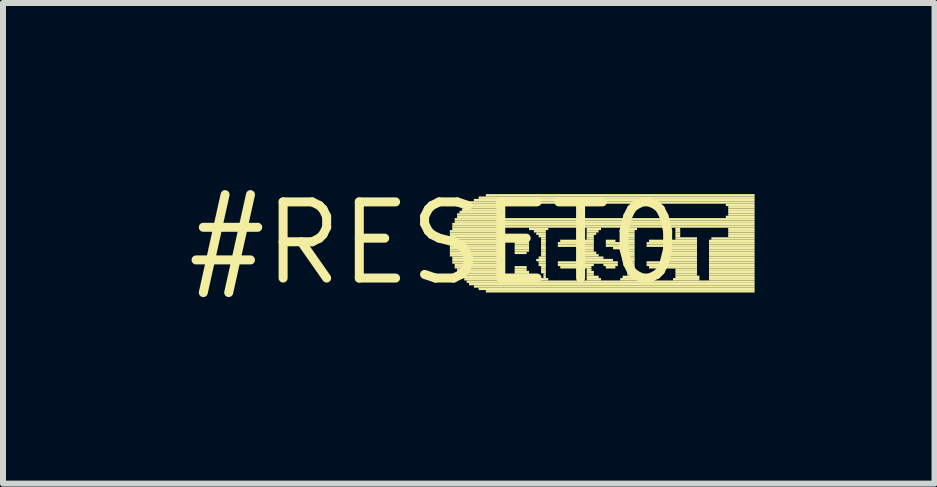
<source format=kicad_pcb>
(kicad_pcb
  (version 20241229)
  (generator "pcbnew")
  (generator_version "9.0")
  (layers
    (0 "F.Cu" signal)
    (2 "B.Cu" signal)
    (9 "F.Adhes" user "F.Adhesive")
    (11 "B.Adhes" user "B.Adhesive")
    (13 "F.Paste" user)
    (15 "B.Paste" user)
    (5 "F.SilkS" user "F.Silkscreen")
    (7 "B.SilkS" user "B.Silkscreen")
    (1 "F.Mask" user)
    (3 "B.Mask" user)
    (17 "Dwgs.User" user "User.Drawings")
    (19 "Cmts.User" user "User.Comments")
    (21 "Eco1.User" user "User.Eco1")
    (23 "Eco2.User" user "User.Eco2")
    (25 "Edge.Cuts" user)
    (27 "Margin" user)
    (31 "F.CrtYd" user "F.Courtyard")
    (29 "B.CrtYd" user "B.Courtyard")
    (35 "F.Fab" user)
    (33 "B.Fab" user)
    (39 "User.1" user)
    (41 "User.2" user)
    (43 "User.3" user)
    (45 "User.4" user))
  (footprint "#RESET0"
    (layer "F.Cu")
    (at 4.21 1.006)
    (property "Reference" "#RESET0" (at 0 0 0) (layer "F.SilkS") (effects (font (size 1.27 1.27) (thickness 0.15))))
    (fp_poly (pts (xy 0.24 -0.18) (xy 1.12 -0.18) (xy 1.12 -0.22) (xy 0.24 -0.22)) (stroke (width 0) (type default)) (fill yes) (layer "F.SilkS"))
    (fp_poly (pts (xy 0.24 -0.14) (xy 1.12 -0.14) (xy 1.12 -0.18) (xy 0.24 -0.18)) (stroke (width 0) (type default)) (fill yes) (layer "F.SilkS"))
    (fp_poly (pts (xy 0.24 -0.1) (xy 1.12 -0.1) (xy 1.12 -0.14) (xy 0.24 -0.14)) (stroke (width 0) (type default)) (fill yes) (layer "F.SilkS"))
    (fp_poly (pts (xy 0.24 -0.06) (xy 1.12 -0.06) (xy 1.12 -0.1) (xy 0.24 -0.1)) (stroke (width 0) (type default)) (fill yes) (layer "F.SilkS"))
    (fp_poly (pts (xy 0.24 -0.02) (xy 1.12 -0.02) (xy 1.12 -0.06) (xy 0.24 -0.06)) (stroke (width 0) (type default)) (fill yes) (layer "F.SilkS"))
    (fp_poly (pts (xy 0.24 0.02) (xy 1.12 0.02) (xy 1.12 -0.02) (xy 0.24 -0.02)) (stroke (width 0) (type default)) (fill yes) (layer "F.SilkS"))
    (fp_poly (pts (xy 0.24 0.06) (xy 1.12 0.06) (xy 1.12 0.02) (xy 0.24 0.02)) (stroke (width 0) (type default)) (fill yes) (layer "F.SilkS"))
    (fp_poly (pts (xy 0.24 0.1) (xy 1.12 0.1) (xy 1.12 0.06) (xy 0.24 0.06)) (stroke (width 0) (type default)) (fill yes) (layer "F.SilkS"))
    (fp_poly (pts (xy 0.24 0.14) (xy 1.12 0.14) (xy 1.12 0.1) (xy 0.24 0.1)) (stroke (width 0) (type default)) (fill yes) (layer "F.SilkS"))
    (fp_poly (pts (xy 0.24 0.18) (xy 1.12 0.18) (xy 1.12 0.14) (xy 0.24 0.14)) (stroke (width 0) (type default)) (fill yes) (layer "F.SilkS"))
    (fp_poly (pts (xy 0.24 0.22) (xy 1.12 0.22) (xy 1.12 0.18) (xy 0.24 0.18)) (stroke (width 0) (type default)) (fill yes) (layer "F.SilkS"))
    (fp_poly (pts (xy 0.28 -0.3) (xy 5.32 -0.3) (xy 5.32 -0.34) (xy 0.28 -0.34)) (stroke (width 0) (type default)) (fill yes) (layer "F.SilkS"))
    (fp_poly (pts (xy 0.28 -0.26) (xy 5.32 -0.26) (xy 5.32 -0.3) (xy 0.28 -0.3)) (stroke (width 0) (type default)) (fill yes) (layer "F.SilkS"))
    (fp_poly (pts (xy 0.28 -0.22) (xy 1.12 -0.22) (xy 1.12 -0.26) (xy 0.28 -0.26)) (stroke (width 0) (type default)) (fill yes) (layer "F.SilkS"))
    (fp_poly (pts (xy 0.28 0.26) (xy 1.12 0.26) (xy 1.12 0.22) (xy 0.28 0.22)) (stroke (width 0) (type default)) (fill yes) (layer "F.SilkS"))
    (fp_poly (pts (xy 0.28 0.3) (xy 1.12 0.3) (xy 1.12 0.26) (xy 0.28 0.26)) (stroke (width 0) (type default)) (fill yes) (layer "F.SilkS"))
    (fp_poly (pts (xy 0.28 0.34) (xy 1.12 0.34) (xy 1.12 0.3) (xy 0.28 0.3)) (stroke (width 0) (type default)) (fill yes) (layer "F.SilkS"))
    (fp_poly (pts (xy 0.32 -0.38) (xy 5.32 -0.38) (xy 5.32 -0.42) (xy 0.32 -0.42)) (stroke (width 0) (type default)) (fill yes) (layer "F.SilkS"))
    (fp_poly (pts (xy 0.32 -0.34) (xy 5.32 -0.34) (xy 5.32 -0.38) (xy 0.32 -0.38)) (stroke (width 0) (type default)) (fill yes) (layer "F.SilkS"))
    (fp_poly (pts (xy 0.32 0.38) (xy 1.12 0.38) (xy 1.12 0.34) (xy 0.32 0.34)) (stroke (width 0) (type default)) (fill yes) (layer "F.SilkS"))
    (fp_poly (pts (xy 0.32 0.42) (xy 1.12 0.42) (xy 1.12 0.38) (xy 0.32 0.38)) (stroke (width 0) (type default)) (fill yes) (layer "F.SilkS"))
    (fp_poly (pts (xy 0.36 -0.46) (xy 1.04 -0.46) (xy 1.04 -0.5) (xy 0.36 -0.5)) (stroke (width 0) (type default)) (fill yes) (layer "F.SilkS"))
    (fp_poly (pts (xy 0.36 -0.42) (xy 1.08 -0.42) (xy 1.08 -0.46) (xy 0.36 -0.46)) (stroke (width 0) (type default)) (fill yes) (layer "F.SilkS"))
    (fp_poly (pts (xy 0.36 0.46) (xy 1.12 0.46) (xy 1.12 0.42) (xy 0.36 0.42)) (stroke (width 0) (type default)) (fill yes) (layer "F.SilkS"))
    (fp_poly (pts (xy 0.36 0.5) (xy 1.12 0.5) (xy 1.12 0.46) (xy 0.36 0.46)) (stroke (width 0) (type default)) (fill yes) (layer "F.SilkS"))
    (fp_poly (pts (xy 0.4 -0.5) (xy 1.04 -0.5) (xy 1.04 -0.54) (xy 0.4 -0.54)) (stroke (width 0) (type default)) (fill yes) (layer "F.SilkS"))
    (fp_poly (pts (xy 0.4 0.54) (xy 1.12 0.54) (xy 1.12 0.5) (xy 0.4 0.5)) (stroke (width 0) (type default)) (fill yes) (layer "F.SilkS"))
    (fp_poly (pts (xy 0.44 -0.54) (xy 1.04 -0.54) (xy 1.04 -0.58) (xy 0.44 -0.58)) (stroke (width 0) (type default)) (fill yes) (layer "F.SilkS"))
    (fp_poly (pts (xy 0.44 0.58) (xy 1.12 0.58) (xy 1.12 0.54) (xy 0.44 0.54)) (stroke (width 0) (type default)) (fill yes) (layer "F.SilkS"))
    (fp_poly (pts (xy 0.48 -0.58) (xy 1.04 -0.58) (xy 1.04 -0.62) (xy 0.48 -0.62)) (stroke (width 0) (type default)) (fill yes) (layer "F.SilkS"))
    (fp_poly (pts (xy 0.48 0.62) (xy 1.12 0.62) (xy 1.12 0.58) (xy 0.48 0.58)) (stroke (width 0) (type default)) (fill yes) (layer "F.SilkS"))
    (fp_poly (pts (xy 0.52 -0.62) (xy 1.08 -0.62) (xy 1.08 -0.66) (xy 0.52 -0.66)) (stroke (width 0) (type default)) (fill yes) (layer "F.SilkS"))
    (fp_poly (pts (xy 0.52 0.66) (xy 5.32 0.66) (xy 5.32 0.62) (xy 0.52 0.62)) (stroke (width 0) (type default)) (fill yes) (layer "F.SilkS"))
    (fp_poly (pts (xy 0.56 -0.66) (xy 5.32 -0.66) (xy 5.32 -0.7) (xy 0.56 -0.7)) (stroke (width 0) (type default)) (fill yes) (layer "F.SilkS"))
    (fp_poly (pts (xy 0.56 0.7) (xy 5.32 0.7) (xy 5.32 0.66) (xy 0.56 0.66)) (stroke (width 0) (type default)) (fill yes) (layer "F.SilkS"))
    (fp_poly (pts (xy 0.64 -0.7) (xy 5.32 -0.7) (xy 5.32 -0.74) (xy 0.64 -0.74)) (stroke (width 0) (type default)) (fill yes) (layer "F.SilkS"))
    (fp_poly (pts (xy 0.64 0.74) (xy 5.32 0.74) (xy 5.32 0.7) (xy 0.64 0.7)) (stroke (width 0) (type default)) (fill yes) (layer "F.SilkS"))
    (fp_poly (pts (xy 0.72 -0.74) (xy 5.32 -0.74) (xy 5.32 -0.78) (xy 0.72 -0.78)) (stroke (width 0) (type default)) (fill yes) (layer "F.SilkS"))
    (fp_poly (pts (xy 0.72 0.78) (xy 5.32 0.78) (xy 5.32 0.74) (xy 0.72 0.74)) (stroke (width 0) (type default)) (fill yes) (layer "F.SilkS"))
    (fp_poly (pts (xy 0.84 -0.78) (xy 5.32 -0.78) (xy 5.32 -0.82) (xy 0.84 -0.82)) (stroke (width 0) (type default)) (fill yes) (layer "F.SilkS"))
    (fp_poly (pts (xy 0.84 0.82) (xy 5.32 0.82) (xy 5.32 0.78) (xy 0.84 0.78)) (stroke (width 0) (type default)) (fill yes) (layer "F.SilkS"))
    (fp_poly (pts (xy 1.28 0.62) (xy 1.6 0.62) (xy 1.6 0.58) (xy 1.28 0.58)) (stroke (width 0) (type default)) (fill yes) (layer "F.SilkS"))
    (fp_poly (pts (xy 1.32 -0.02) (xy 1.52 -0.02) (xy 1.52 -0.06) (xy 1.32 -0.06)) (stroke (width 0) (type default)) (fill yes) (layer "F.SilkS"))
    (fp_poly (pts (xy 1.32 0.02) (xy 1.56 0.02) (xy 1.56 -0.02) (xy 1.32 -0.02)) (stroke (width 0) (type default)) (fill yes) (layer "F.SilkS"))
    (fp_poly (pts (xy 1.32 0.06) (xy 1.56 0.06) (xy 1.56 0.02) (xy 1.32 0.02)) (stroke (width 0) (type default)) (fill yes) (layer "F.SilkS"))
    (fp_poly (pts (xy 1.32 0.1) (xy 1.56 0.1) (xy 1.56 0.06) (xy 1.32 0.06)) (stroke (width 0) (type default)) (fill yes) (layer "F.SilkS"))
    (fp_poly (pts (xy 1.32 0.14) (xy 1.56 0.14) (xy 1.56 0.1) (xy 1.32 0.1)) (stroke (width 0) (type default)) (fill yes) (layer "F.SilkS"))
    (fp_poly (pts (xy 1.32 0.18) (xy 1.52 0.18) (xy 1.52 0.14) (xy 1.32 0.14)) (stroke (width 0) (type default)) (fill yes) (layer "F.SilkS"))
    (fp_poly (pts (xy 1.32 0.42) (xy 1.52 0.42) (xy 1.52 0.38) (xy 1.32 0.38)) (stroke (width 0) (type default)) (fill yes) (layer "F.SilkS"))
    (fp_poly (pts (xy 1.32 0.46) (xy 1.52 0.46) (xy 1.52 0.42) (xy 1.32 0.42)) (stroke (width 0) (type default)) (fill yes) (layer "F.SilkS"))
    (fp_poly (pts (xy 1.32 0.5) (xy 1.56 0.5) (xy 1.56 0.46) (xy 1.32 0.46)) (stroke (width 0) (type default)) (fill yes) (layer "F.SilkS"))
    (fp_poly (pts (xy 1.32 0.54) (xy 1.56 0.54) (xy 1.56 0.5) (xy 1.32 0.5)) (stroke (width 0) (type default)) (fill yes) (layer "F.SilkS"))
    (fp_poly (pts (xy 1.32 0.58) (xy 1.6 0.58) (xy 1.6 0.54) (xy 1.32 0.54)) (stroke (width 0) (type default)) (fill yes) (layer "F.SilkS"))
    (fp_poly (pts (xy 1.56 -0.22) (xy 1.88 -0.22) (xy 1.88 -0.26) (xy 1.56 -0.26)) (stroke (width 0) (type default)) (fill yes) (layer "F.SilkS"))
    (fp_poly (pts (xy 1.64 -0.18) (xy 1.84 -0.18) (xy 1.84 -0.22) (xy 1.64 -0.22)) (stroke (width 0) (type default)) (fill yes) (layer "F.SilkS"))
    (fp_poly (pts (xy 1.68 -0.14) (xy 1.84 -0.14) (xy 1.84 -0.18) (xy 1.68 -0.18)) (stroke (width 0) (type default)) (fill yes) (layer "F.SilkS"))
    (fp_poly (pts (xy 1.68 0.3) (xy 1.84 0.3) (xy 1.84 0.26) (xy 1.68 0.26)) (stroke (width 0) (type default)) (fill yes) (layer "F.SilkS"))
    (fp_poly (pts (xy 1.72 -0.1) (xy 1.84 -0.1) (xy 1.84 -0.14) (xy 1.72 -0.14)) (stroke (width 0) (type default)) (fill yes) (layer "F.SilkS"))
    (fp_poly (pts (xy 1.72 0.26) (xy 1.84 0.26) (xy 1.84 0.22) (xy 1.72 0.22)) (stroke (width 0) (type default)) (fill yes) (layer "F.SilkS"))
    (fp_poly (pts (xy 1.72 0.34) (xy 1.84 0.34) (xy 1.84 0.3) (xy 1.72 0.3)) (stroke (width 0) (type default)) (fill yes) (layer "F.SilkS"))
    (fp_poly (pts (xy 1.72 0.38) (xy 1.84 0.38) (xy 1.84 0.34) (xy 1.72 0.34)) (stroke (width 0) (type default)) (fill yes) (layer "F.SilkS"))
    (fp_poly (pts (xy 1.72 0.62) (xy 1.88 0.62) (xy 1.88 0.58) (xy 1.72 0.58)) (stroke (width 0) (type default)) (fill yes) (layer "F.SilkS"))
    (fp_poly (pts (xy 1.76 -0.06) (xy 1.84 -0.06) (xy 1.84 -0.1) (xy 1.76 -0.1)) (stroke (width 0) (type default)) (fill yes) (layer "F.SilkS"))
    (fp_poly (pts (xy 1.76 -0.02) (xy 1.84 -0.02) (xy 1.84 -0.06) (xy 1.76 -0.06)) (stroke (width 0) (type default)) (fill yes) (layer "F.SilkS"))
    (fp_poly (pts (xy 1.76 0.02) (xy 1.84 0.02) (xy 1.84 -0.02) (xy 1.76 -0.02)) (stroke (width 0) (type default)) (fill yes) (layer "F.SilkS"))
    (fp_poly (pts (xy 1.76 0.06) (xy 1.84 0.06) (xy 1.84 0.02) (xy 1.76 0.02)) (stroke (width 0) (type default)) (fill yes) (layer "F.SilkS"))
    (fp_poly (pts (xy 1.76 0.1) (xy 1.84 0.1) (xy 1.84 0.06) (xy 1.76 0.06)) (stroke (width 0) (type default)) (fill yes) (layer "F.SilkS"))
    (fp_poly (pts (xy 1.76 0.14) (xy 1.84 0.14) (xy 1.84 0.1) (xy 1.76 0.1)) (stroke (width 0) (type default)) (fill yes) (layer "F.SilkS"))
    (fp_poly (pts (xy 1.76 0.18) (xy 1.84 0.18) (xy 1.84 0.14) (xy 1.76 0.14)) (stroke (width 0) (type default)) (fill yes) (layer "F.SilkS"))
    (fp_poly (pts (xy 1.76 0.22) (xy 1.84 0.22) (xy 1.84 0.18) (xy 1.76 0.18)) (stroke (width 0) (type default)) (fill yes) (layer "F.SilkS"))
    (fp_poly (pts (xy 1.76 0.42) (xy 1.84 0.42) (xy 1.84 0.38) (xy 1.76 0.38)) (stroke (width 0) (type default)) (fill yes) (layer "F.SilkS"))
    (fp_poly (pts (xy 1.76 0.46) (xy 1.84 0.46) (xy 1.84 0.42) (xy 1.76 0.42)) (stroke (width 0) (type default)) (fill yes) (layer "F.SilkS"))
    (fp_poly (pts (xy 1.76 0.5) (xy 1.84 0.5) (xy 1.84 0.46) (xy 1.76 0.46)) (stroke (width 0) (type default)) (fill yes) (layer "F.SilkS"))
    (fp_poly (pts (xy 1.8 0.54) (xy 1.84 0.54) (xy 1.84 0.5) (xy 1.8 0.5)) (stroke (width 0) (type default)) (fill yes) (layer "F.SilkS"))
    (fp_poly (pts (xy 1.8 0.58) (xy 1.84 0.58) (xy 1.84 0.54) (xy 1.8 0.54)) (stroke (width 0) (type default)) (fill yes) (layer "F.SilkS"))
    (fp_poly (pts (xy 2.04 0.02) (xy 2.64 0.02) (xy 2.64 -0.02) (xy 2.04 -0.02)) (stroke (width 0) (type default)) (fill yes) (layer "F.SilkS"))
    (fp_poly (pts (xy 2.04 0.06) (xy 2.64 0.06) (xy 2.64 0.02) (xy 2.04 0.02)) (stroke (width 0) (type default)) (fill yes) (layer "F.SilkS"))
    (fp_poly (pts (xy 2.04 0.34) (xy 3.04 0.34) (xy 3.04 0.3) (xy 2.04 0.3)) (stroke (width 0) (type default)) (fill yes) (layer "F.SilkS"))
    (fp_poly (pts (xy 2.04 0.38) (xy 2.64 0.38) (xy 2.64 0.34) (xy 2.04 0.34)) (stroke (width 0) (type default)) (fill yes) (layer "F.SilkS"))
    (fp_poly (pts (xy 2.08 -0.02) (xy 2.64 -0.02) (xy 2.64 -0.06) (xy 2.08 -0.06)) (stroke (width 0) (type default)) (fill yes) (layer "F.SilkS"))
    (fp_poly (pts (xy 2.08 0.42) (xy 2.6 0.42) (xy 2.6 0.38) (xy 2.08 0.38)) (stroke (width 0) (type default)) (fill yes) (layer "F.SilkS"))
    (fp_poly (pts (xy 2.36 0.1) (xy 2.64 0.1) (xy 2.64 0.06) (xy 2.36 0.06)) (stroke (width 0) (type default)) (fill yes) (layer "F.SilkS"))
    (fp_poly (pts (xy 2.36 0.3) (xy 2.96 0.3) (xy 2.96 0.26) (xy 2.36 0.26)) (stroke (width 0) (type default)) (fill yes) (layer "F.SilkS"))
    (fp_poly (pts (xy 2.4 0.14) (xy 2.64 0.14) (xy 2.64 0.1) (xy 2.4 0.1)) (stroke (width 0) (type default)) (fill yes) (layer "F.SilkS"))
    (fp_poly (pts (xy 2.4 0.18) (xy 2.68 0.18) (xy 2.68 0.14) (xy 2.4 0.14)) (stroke (width 0) (type default)) (fill yes) (layer "F.SilkS"))
    (fp_poly (pts (xy 2.4 0.22) (xy 2.72 0.22) (xy 2.72 0.18) (xy 2.4 0.18)) (stroke (width 0) (type default)) (fill yes) (layer "F.SilkS"))
    (fp_poly (pts (xy 2.4 0.26) (xy 2.8 0.26) (xy 2.8 0.22) (xy 2.4 0.22)) (stroke (width 0) (type default)) (fill yes) (layer "F.SilkS"))
    (fp_poly (pts (xy 2.52 -0.22) (xy 2.76 -0.22) (xy 2.76 -0.26) (xy 2.52 -0.26)) (stroke (width 0) (type default)) (fill yes) (layer "F.SilkS"))
    (fp_poly (pts (xy 2.52 -0.18) (xy 2.72 -0.18) (xy 2.72 -0.22) (xy 2.52 -0.22)) (stroke (width 0) (type default)) (fill yes) (layer "F.SilkS"))
    (fp_poly (pts (xy 2.52 -0.14) (xy 2.68 -0.14) (xy 2.68 -0.18) (xy 2.52 -0.18)) (stroke (width 0) (type default)) (fill yes) (layer "F.SilkS"))
    (fp_poly (pts (xy 2.52 -0.1) (xy 2.64 -0.1) (xy 2.64 -0.14) (xy 2.52 -0.14)) (stroke (width 0) (type default)) (fill yes) (layer "F.SilkS"))
    (fp_poly (pts (xy 2.52 -0.06) (xy 2.64 -0.06) (xy 2.64 -0.1) (xy 2.52 -0.1)) (stroke (width 0) (type default)) (fill yes) (layer "F.SilkS"))
    (fp_poly (pts (xy 2.52 0.46) (xy 2.6 0.46) (xy 2.6 0.42) (xy 2.52 0.42)) (stroke (width 0) (type default)) (fill yes) (layer "F.SilkS"))
    (fp_poly (pts (xy 2.52 0.5) (xy 2.64 0.5) (xy 2.64 0.46) (xy 2.52 0.46)) (stroke (width 0) (type default)) (fill yes) (layer "F.SilkS"))
    (fp_poly (pts (xy 2.52 0.54) (xy 2.64 0.54) (xy 2.64 0.5) (xy 2.52 0.5)) (stroke (width 0) (type default)) (fill yes) (layer "F.SilkS"))
    (fp_poly (pts (xy 2.52 0.58) (xy 2.72 0.58) (xy 2.72 0.54) (xy 2.52 0.54)) (stroke (width 0) (type default)) (fill yes) (layer "F.SilkS"))
    (fp_poly (pts (xy 2.52 0.62) (xy 2.76 0.62) (xy 2.76 0.58) (xy 2.52 0.58)) (stroke (width 0) (type default)) (fill yes) (layer "F.SilkS"))
    (fp_poly (pts (xy 2.8 0.38) (xy 3.04 0.38) (xy 3.04 0.34) (xy 2.8 0.34)) (stroke (width 0) (type default)) (fill yes) (layer "F.SilkS"))
    (fp_poly (pts (xy 2.84 -0.02) (xy 3 -0.02) (xy 3 -0.06) (xy 2.84 -0.06)) (stroke (width 0) (type default)) (fill yes) (layer "F.SilkS"))
    (fp_poly (pts (xy 2.84 0.02) (xy 3.32 0.02) (xy 3.32 -0.02) (xy 2.84 -0.02)) (stroke (width 0) (type default)) (fill yes) (layer "F.SilkS"))
    (fp_poly (pts (xy 2.84 0.06) (xy 3.32 0.06) (xy 3.32 0.02) (xy 2.84 0.02)) (stroke (width 0) (type default)) (fill yes) (layer "F.SilkS"))
    (fp_poly (pts (xy 2.84 0.42) (xy 3 0.42) (xy 3 0.38) (xy 2.84 0.38)) (stroke (width 0) (type default)) (fill yes) (layer "F.SilkS"))
    (fp_poly (pts (xy 2.96 0.1) (xy 3.32 0.1) (xy 3.32 0.06) (xy 2.96 0.06)) (stroke (width 0) (type default)) (fill yes) (layer "F.SilkS"))
    (fp_poly (pts (xy 3.08 -0.22) (xy 3.36 -0.22) (xy 3.36 -0.26) (xy 3.08 -0.26)) (stroke (width 0) (type default)) (fill yes) (layer "F.SilkS"))
    (fp_poly (pts (xy 3.08 0.62) (xy 3.36 0.62) (xy 3.36 0.58) (xy 3.08 0.58)) (stroke (width 0) (type default)) (fill yes) (layer "F.SilkS"))
    (fp_poly (pts (xy 3.12 -0.02) (xy 3.32 -0.02) (xy 3.32 -0.06) (xy 3.12 -0.06)) (stroke (width 0) (type default)) (fill yes) (layer "F.SilkS"))
    (fp_poly (pts (xy 3.12 0.14) (xy 3.32 0.14) (xy 3.32 0.1) (xy 3.12 0.1)) (stroke (width 0) (type default)) (fill yes) (layer "F.SilkS"))
    (fp_poly (pts (xy 3.12 0.58) (xy 3.32 0.58) (xy 3.32 0.54) (xy 3.12 0.54)) (stroke (width 0) (type default)) (fill yes) (layer "F.SilkS"))
    (fp_poly (pts (xy 3.16 -0.18) (xy 3.32 -0.18) (xy 3.32 -0.22) (xy 3.16 -0.22)) (stroke (width 0) (type default)) (fill yes) (layer "F.SilkS"))
    (fp_poly (pts (xy 3.16 -0.06) (xy 3.32 -0.06) (xy 3.32 -0.1) (xy 3.16 -0.1)) (stroke (width 0) (type default)) (fill yes) (layer "F.SilkS"))
    (fp_poly (pts (xy 3.16 0.18) (xy 3.32 0.18) (xy 3.32 0.14) (xy 3.16 0.14)) (stroke (width 0) (type default)) (fill yes) (layer "F.SilkS"))
    (fp_poly (pts (xy 3.2 -0.14) (xy 3.32 -0.14) (xy 3.32 -0.18) (xy 3.2 -0.18)) (stroke (width 0) (type default)) (fill yes) (layer "F.SilkS"))
    (fp_poly (pts (xy 3.2 -0.1) (xy 3.32 -0.1) (xy 3.32 -0.14) (xy 3.2 -0.14)) (stroke (width 0) (type default)) (fill yes) (layer "F.SilkS"))
    (fp_poly (pts (xy 3.2 0.22) (xy 3.32 0.22) (xy 3.32 0.18) (xy 3.2 0.18)) (stroke (width 0) (type default)) (fill yes) (layer "F.SilkS"))
    (fp_poly (pts (xy 3.2 0.5) (xy 3.32 0.5) (xy 3.32 0.46) (xy 3.2 0.46)) (stroke (width 0) (type default)) (fill yes) (layer "F.SilkS"))
    (fp_poly (pts (xy 3.2 0.54) (xy 3.32 0.54) (xy 3.32 0.5) (xy 3.2 0.5)) (stroke (width 0) (type default)) (fill yes) (layer "F.SilkS"))
    (fp_poly (pts (xy 3.24 0.26) (xy 3.32 0.26) (xy 3.32 0.22) (xy 3.24 0.22)) (stroke (width 0) (type default)) (fill yes) (layer "F.SilkS"))
    (fp_poly (pts (xy 3.24 0.3) (xy 3.32 0.3) (xy 3.32 0.26) (xy 3.24 0.26)) (stroke (width 0) (type default)) (fill yes) (layer "F.SilkS"))
    (fp_poly (pts (xy 3.24 0.34) (xy 3.32 0.34) (xy 3.32 0.3) (xy 3.24 0.3)) (stroke (width 0) (type default)) (fill yes) (layer "F.SilkS"))
    (fp_poly (pts (xy 3.24 0.38) (xy 3.32 0.38) (xy 3.32 0.34) (xy 3.24 0.34)) (stroke (width 0) (type default)) (fill yes) (layer "F.SilkS"))
    (fp_poly (pts (xy 3.24 0.42) (xy 3.32 0.42) (xy 3.32 0.38) (xy 3.24 0.38)) (stroke (width 0) (type default)) (fill yes) (layer "F.SilkS"))
    (fp_poly (pts (xy 3.24 0.46) (xy 3.32 0.46) (xy 3.32 0.42) (xy 3.24 0.42)) (stroke (width 0) (type default)) (fill yes) (layer "F.SilkS"))
    (fp_poly (pts (xy 3.52 0.02) (xy 4.36 0.02) (xy 4.36 -0.02) (xy 3.52 -0.02)) (stroke (width 0) (type default)) (fill yes) (layer "F.SilkS"))
    (fp_poly (pts (xy 3.52 0.06) (xy 4.36 0.06) (xy 4.36 0.02) (xy 3.52 0.02)) (stroke (width 0) (type default)) (fill yes) (layer "F.SilkS"))
    (fp_poly (pts (xy 3.52 0.34) (xy 4.36 0.34) (xy 4.36 0.3) (xy 3.52 0.3)) (stroke (width 0) (type default)) (fill yes) (layer "F.SilkS"))
    (fp_poly (pts (xy 3.52 0.38) (xy 4.36 0.38) (xy 4.36 0.34) (xy 3.52 0.34)) (stroke (width 0) (type default)) (fill yes) (layer "F.SilkS"))
    (fp_poly (pts (xy 3.56 -0.02) (xy 4.36 -0.02) (xy 4.36 -0.06) (xy 3.56 -0.06)) (stroke (width 0) (type default)) (fill yes) (layer "F.SilkS"))
    (fp_poly (pts (xy 3.56 0.42) (xy 4.36 0.42) (xy 4.36 0.38) (xy 3.56 0.38)) (stroke (width 0) (type default)) (fill yes) (layer "F.SilkS"))
    (fp_poly (pts (xy 3.8 0.1) (xy 4.36 0.1) (xy 4.36 0.06) (xy 3.8 0.06)) (stroke (width 0) (type default)) (fill yes) (layer "F.SilkS"))
    (fp_poly (pts (xy 3.8 0.3) (xy 4.36 0.3) (xy 4.36 0.26) (xy 3.8 0.26)) (stroke (width 0) (type default)) (fill yes) (layer "F.SilkS"))
    (fp_poly (pts (xy 3.88 0.14) (xy 4.36 0.14) (xy 4.36 0.1) (xy 3.88 0.1)) (stroke (width 0) (type default)) (fill yes) (layer "F.SilkS"))
    (fp_poly (pts (xy 3.88 0.18) (xy 4.36 0.18) (xy 4.36 0.14) (xy 3.88 0.14)) (stroke (width 0) (type default)) (fill yes) (layer "F.SilkS"))
    (fp_poly (pts (xy 3.88 0.22) (xy 4.36 0.22) (xy 4.36 0.18) (xy 3.88 0.18)) (stroke (width 0) (type default)) (fill yes) (layer "F.SilkS"))
    (fp_poly (pts (xy 3.88 0.26) (xy 4.36 0.26) (xy 4.36 0.22) (xy 3.88 0.22)) (stroke (width 0) (type default)) (fill yes) (layer "F.SilkS"))
    (fp_poly (pts (xy 3.96 0.62) (xy 4.4 0.62) (xy 4.4 0.58) (xy 3.96 0.58)) (stroke (width 0) (type default)) (fill yes) (layer "F.SilkS"))
    (fp_poly (pts (xy 4 -0.22) (xy 4.08 -0.22) (xy 4.08 -0.26) (xy 4 -0.26)) (stroke (width 0) (type default)) (fill yes) (layer "F.SilkS"))
    (fp_poly (pts (xy 4 -0.18) (xy 4.08 -0.18) (xy 4.08 -0.22) (xy 4 -0.22)) (stroke (width 0) (type default)) (fill yes) (layer "F.SilkS"))
    (fp_poly (pts (xy 4 -0.14) (xy 4.08 -0.14) (xy 4.08 -0.18) (xy 4 -0.18)) (stroke (width 0) (type default)) (fill yes) (layer "F.SilkS"))
    (fp_poly (pts (xy 4 -0.1) (xy 4.08 -0.1) (xy 4.08 -0.14) (xy 4 -0.14)) (stroke (width 0) (type default)) (fill yes) (layer "F.SilkS"))
    (fp_poly (pts (xy 4 -0.06) (xy 4.36 -0.06) (xy 4.36 -0.1) (xy 4 -0.1)) (stroke (width 0) (type default)) (fill yes) (layer "F.SilkS"))
    (fp_poly (pts (xy 4 0.46) (xy 4.36 0.46) (xy 4.36 0.42) (xy 4 0.42)) (stroke (width 0) (type default)) (fill yes) (layer "F.SilkS"))
    (fp_poly (pts (xy 4 0.5) (xy 4.36 0.5) (xy 4.36 0.46) (xy 4 0.46)) (stroke (width 0) (type default)) (fill yes) (layer "F.SilkS"))
    (fp_poly (pts (xy 4 0.54) (xy 4.36 0.54) (xy 4.36 0.5) (xy 4 0.5)) (stroke (width 0) (type default)) (fill yes) (layer "F.SilkS"))
    (fp_poly (pts (xy 4 0.58) (xy 4.4 0.58) (xy 4.4 0.54) (xy 4 0.54)) (stroke (width 0) (type default)) (fill yes) (layer "F.SilkS"))
    (fp_poly (pts (xy 4.56 -0.02) (xy 5.32 -0.02) (xy 5.32 -0.06) (xy 4.56 -0.06)) (stroke (width 0) (type default)) (fill yes) (layer "F.SilkS"))
    (fp_poly (pts (xy 4.56 0.02) (xy 5.32 0.02) (xy 5.32 -0.02) (xy 4.56 -0.02)) (stroke (width 0) (type default)) (fill yes) (layer "F.SilkS"))
    (fp_poly (pts (xy 4.56 0.06) (xy 5.32 0.06) (xy 5.32 0.02) (xy 4.56 0.02)) (stroke (width 0) (type default)) (fill yes) (layer "F.SilkS"))
    (fp_poly (pts (xy 4.56 0.1) (xy 5.32 0.1) (xy 5.32 0.06) (xy 4.56 0.06)) (stroke (width 0) (type default)) (fill yes) (layer "F.SilkS"))
    (fp_poly (pts (xy 4.56 0.14) (xy 5.32 0.14) (xy 5.32 0.1) (xy 4.56 0.1)) (stroke (width 0) (type default)) (fill yes) (layer "F.SilkS"))
    (fp_poly (pts (xy 4.56 0.18) (xy 5.32 0.18) (xy 5.32 0.14) (xy 4.56 0.14)) (stroke (width 0) (type default)) (fill yes) (layer "F.SilkS"))
    (fp_poly (pts (xy 4.56 0.22) (xy 5.32 0.22) (xy 5.32 0.18) (xy 4.56 0.18)) (stroke (width 0) (type default)) (fill yes) (layer "F.SilkS"))
    (fp_poly (pts (xy 4.56 0.26) (xy 5.32 0.26) (xy 5.32 0.22) (xy 4.56 0.22)) (stroke (width 0) (type default)) (fill yes) (layer "F.SilkS"))
    (fp_poly (pts (xy 4.56 0.3) (xy 5.32 0.3) (xy 5.32 0.26) (xy 4.56 0.26)) (stroke (width 0) (type default)) (fill yes) (layer "F.SilkS"))
    (fp_poly (pts (xy 4.56 0.34) (xy 5.32 0.34) (xy 5.32 0.3) (xy 4.56 0.3)) (stroke (width 0) (type default)) (fill yes) (layer "F.SilkS"))
    (fp_poly (pts (xy 4.56 0.38) (xy 5.32 0.38) (xy 5.32 0.34) (xy 4.56 0.34)) (stroke (width 0) (type default)) (fill yes) (layer "F.SilkS"))
    (fp_poly (pts (xy 4.56 0.42) (xy 5.32 0.42) (xy 5.32 0.38) (xy 4.56 0.38)) (stroke (width 0) (type default)) (fill yes) (layer "F.SilkS"))
    (fp_poly (pts (xy 4.56 0.46) (xy 5.32 0.46) (xy 5.32 0.42) (xy 4.56 0.42)) (stroke (width 0) (type default)) (fill yes) (layer "F.SilkS"))
    (fp_poly (pts (xy 4.56 0.5) (xy 5.32 0.5) (xy 5.32 0.46) (xy 4.56 0.46)) (stroke (width 0) (type default)) (fill yes) (layer "F.SilkS"))
    (fp_poly (pts (xy 4.56 0.54) (xy 5.32 0.54) (xy 5.32 0.5) (xy 4.56 0.5)) (stroke (width 0) (type default)) (fill yes) (layer "F.SilkS"))
    (fp_poly (pts (xy 4.56 0.58) (xy 5.32 0.58) (xy 5.32 0.54) (xy 4.56 0.54)) (stroke (width 0) (type default)) (fill yes) (layer "F.SilkS"))
    (fp_poly (pts (xy 4.56 0.62) (xy 5.32 0.62) (xy 5.32 0.58) (xy 4.56 0.58)) (stroke (width 0) (type default)) (fill yes) (layer "F.SilkS"))
    (fp_poly (pts (xy 4.6 -0.06) (xy 5.32 -0.06) (xy 5.32 -0.1) (xy 4.6 -0.1)) (stroke (width 0) (type default)) (fill yes) (layer "F.SilkS"))
    (fp_poly (pts (xy 4.84 -0.62) (xy 5.32 -0.62) (xy 5.32 -0.66) (xy 4.84 -0.66)) (stroke (width 0) (type default)) (fill yes) (layer "F.SilkS"))
    (fp_poly (pts (xy 4.84 -0.42) (xy 5.32 -0.42) (xy 5.32 -0.46) (xy 4.84 -0.46)) (stroke (width 0) (type default)) (fill yes) (layer "F.SilkS"))
    (fp_poly (pts (xy 4.88 -0.58) (xy 5.32 -0.58) (xy 5.32 -0.62) (xy 4.88 -0.62)) (stroke (width 0) (type default)) (fill yes) (layer "F.SilkS"))
    (fp_poly (pts (xy 4.88 -0.54) (xy 5.32 -0.54) (xy 5.32 -0.58) (xy 4.88 -0.58)) (stroke (width 0) (type default)) (fill yes) (layer "F.SilkS"))
    (fp_poly (pts (xy 4.88 -0.5) (xy 5.32 -0.5) (xy 5.32 -0.54) (xy 4.88 -0.54)) (stroke (width 0) (type default)) (fill yes) (layer "F.SilkS"))
    (fp_poly (pts (xy 4.88 -0.46) (xy 5.32 -0.46) (xy 5.32 -0.5) (xy 4.88 -0.5)) (stroke (width 0) (type default)) (fill yes) (layer "F.SilkS"))
    (fp_poly (pts (xy 4.88 -0.22) (xy 5.32 -0.22) (xy 5.32 -0.26) (xy 4.88 -0.26)) (stroke (width 0) (type default)) (fill yes) (layer "F.SilkS"))
    (fp_poly (pts (xy 4.88 -0.18) (xy 5.32 -0.18) (xy 5.32 -0.22) (xy 4.88 -0.22)) (stroke (width 0) (type default)) (fill yes) (layer "F.SilkS"))
    (fp_poly (pts (xy 4.88 -0.14) (xy 5.32 -0.14) (xy 5.32 -0.18) (xy 4.88 -0.18)) (stroke (width 0) (type default)) (fill yes) (layer "F.SilkS"))
    (fp_poly (pts (xy 4.88 -0.1) (xy 5.32 -0.1) (xy 5.32 -0.14) (xy 4.88 -0.14)) (stroke (width 0) (type default)) (fill yes) (layer "F.SilkS")))
  (gr_rect
    (start -3 -3)
    (end 12.53 5.012)
    (stroke (width 0.1) (type default))
    (fill no)
    (layer "Edge.Cuts")))
</source>
